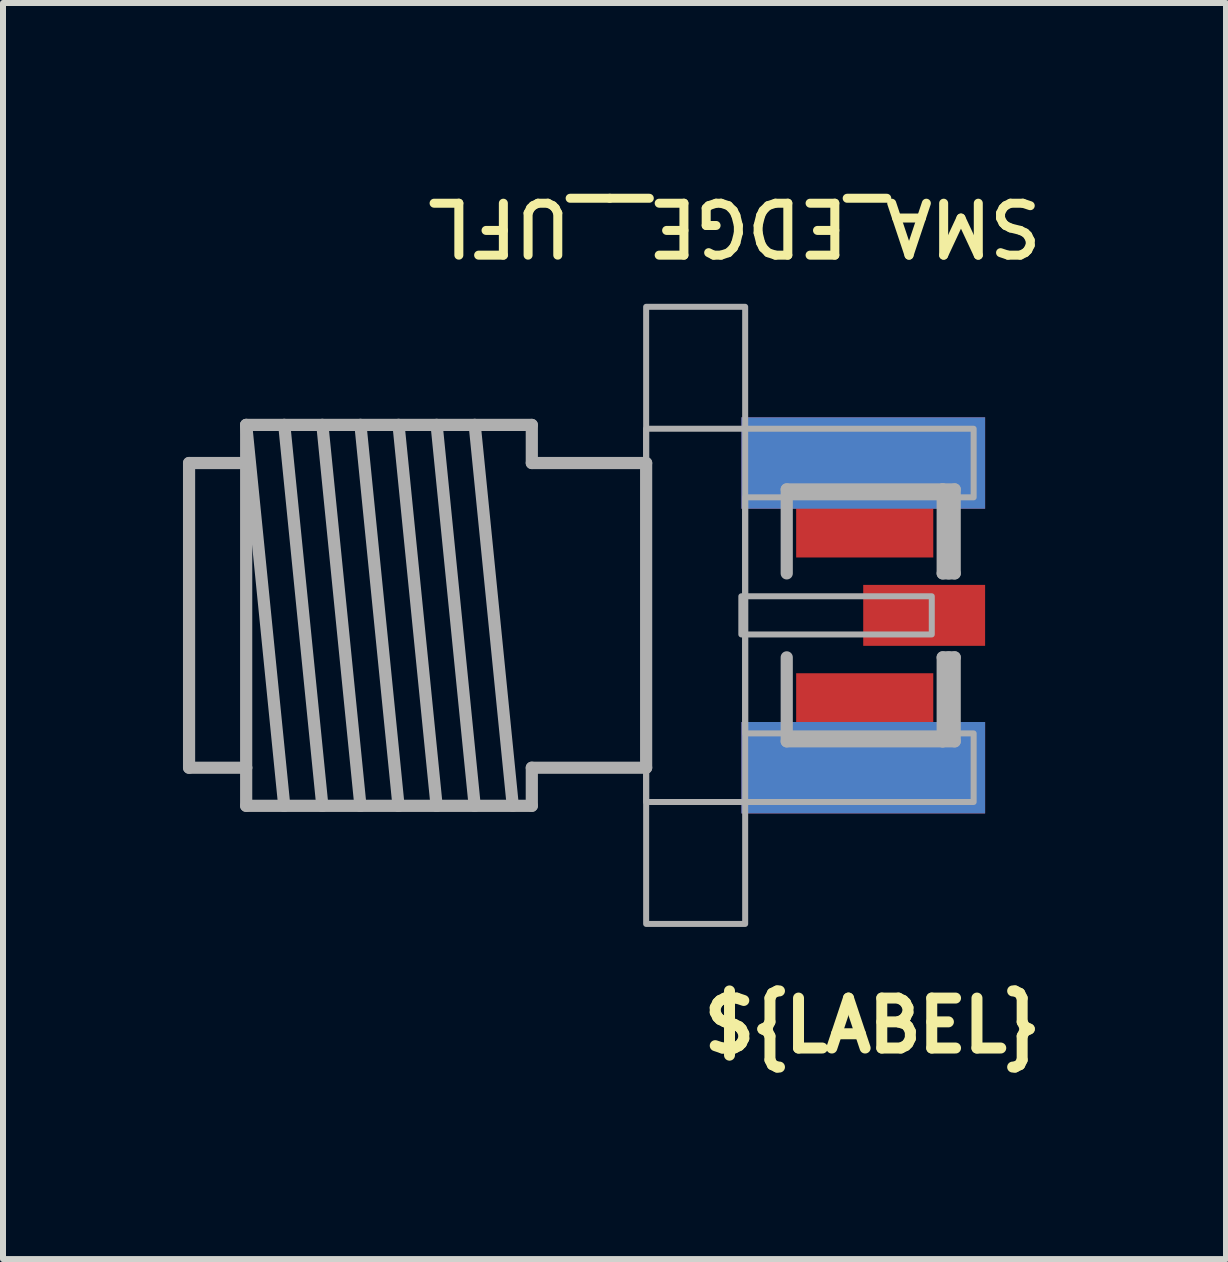
<source format=kicad_pcb>
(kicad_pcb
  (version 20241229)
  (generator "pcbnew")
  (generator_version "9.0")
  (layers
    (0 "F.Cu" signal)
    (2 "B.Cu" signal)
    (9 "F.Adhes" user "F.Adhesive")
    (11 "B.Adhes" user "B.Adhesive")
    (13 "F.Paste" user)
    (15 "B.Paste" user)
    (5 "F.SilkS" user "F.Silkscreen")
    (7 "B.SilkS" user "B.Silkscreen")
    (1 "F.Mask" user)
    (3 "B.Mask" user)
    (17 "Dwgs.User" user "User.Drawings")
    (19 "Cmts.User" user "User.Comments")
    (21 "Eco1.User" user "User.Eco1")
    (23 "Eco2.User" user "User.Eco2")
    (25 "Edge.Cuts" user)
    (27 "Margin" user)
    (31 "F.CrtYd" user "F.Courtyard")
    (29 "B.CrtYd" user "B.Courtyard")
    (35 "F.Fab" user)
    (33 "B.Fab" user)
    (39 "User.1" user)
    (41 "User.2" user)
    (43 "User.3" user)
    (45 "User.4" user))
  (footprint "SMA_EDGE__UFL"
    (layer "F.Cu")
    (at 9.309 7.209)
    (property "Reference" "SMA_EDGE__UFL" (at 5.08 -6.985 180) (unlocked yes) (layer "F.SilkS") (effects (font (size 0.866 0.866) (thickness 0.15)) (justify left bottom)))
    (fp_poly (pts (xy 0.889 -0.938) (xy 3.226 -0.938) (xy 3.226 -1.853) (xy 0.889 -1.853)) (stroke (width 0) (type default)) (fill yes) (layer "F.Mask"))
    (fp_poly (pts (xy 3.226 0.938) (xy 0.889 0.938) (xy 0.889 1.853) (xy 3.226 1.853)) (stroke (width 0) (type default)) (fill yes) (layer "F.Mask"))
    (fp_line (start -9.207 -2.54) (end -8.255 -2.54) (stroke (width 0.203) (type solid)) (layer "F.Fab"))
    (fp_line (start -9.207 2.54) (end -9.207 -2.54) (stroke (width 0.203) (type solid)) (layer "F.Fab"))
    (fp_line (start -8.255 -3.175) (end -7.62 -3.175) (stroke (width 0.203) (type solid)) (layer "F.Fab"))
    (fp_line (start -8.255 -3.175) (end -7.62 3.175) (stroke (width 0.203) (type solid)) (layer "F.Fab"))
    (fp_line (start -8.255 -2.54) (end -8.255 -3.175) (stroke (width 0.203) (type solid)) (layer "F.Fab"))
    (fp_line (start -8.255 -2.54) (end -8.255 2.54) (stroke (width 0.203) (type solid)) (layer "F.Fab"))
    (fp_line (start -8.255 2.54) (end -9.207 2.54) (stroke (width 0.203) (type solid)) (layer "F.Fab"))
    (fp_line (start -8.255 3.175) (end -8.255 2.54) (stroke (width 0.203) (type solid)) (layer "F.Fab"))
    (fp_line (start -7.62 -3.175) (end -6.985 -3.175) (stroke (width 0.203) (type solid)) (layer "F.Fab"))
    (fp_line (start -7.62 -3.175) (end -6.985 3.175) (stroke (width 0.203) (type solid)) (layer "F.Fab"))
    (fp_line (start -7.62 3.175) (end -8.255 3.175) (stroke (width 0.203) (type solid)) (layer "F.Fab"))
    (fp_line (start -6.985 -3.175) (end -6.35 -3.175) (stroke (width 0.203) (type solid)) (layer "F.Fab"))
    (fp_line (start -6.985 -3.175) (end -6.35 3.175) (stroke (width 0.203) (type solid)) (layer "F.Fab"))
    (fp_line (start -6.985 3.175) (end -7.62 3.175) (stroke (width 0.203) (type solid)) (layer "F.Fab"))
    (fp_line (start -6.35 -3.175) (end -5.715 -3.175) (stroke (width 0.203) (type solid)) (layer "F.Fab"))
    (fp_line (start -6.35 -3.175) (end -5.715 3.175) (stroke (width 0.203) (type solid)) (layer "F.Fab"))
    (fp_line (start -6.35 3.175) (end -6.985 3.175) (stroke (width 0.203) (type solid)) (layer "F.Fab"))
    (fp_line (start -5.715 -3.175) (end -5.08 -3.175) (stroke (width 0.203) (type solid)) (layer "F.Fab"))
    (fp_line (start -5.715 -3.175) (end -5.08 3.175) (stroke (width 0.203) (type solid)) (layer "F.Fab"))
    (fp_line (start -5.715 3.175) (end -6.35 3.175) (stroke (width 0.203) (type solid)) (layer "F.Fab"))
    (fp_line (start -5.08 -3.175) (end -4.445 -3.175) (stroke (width 0.203) (type solid)) (layer "F.Fab"))
    (fp_line (start -5.08 -3.175) (end -4.445 3.175) (stroke (width 0.203) (type solid)) (layer "F.Fab"))
    (fp_line (start -5.08 3.175) (end -5.715 3.175) (stroke (width 0.203) (type solid)) (layer "F.Fab"))
    (fp_line (start -4.445 -3.175) (end -3.81 3.175) (stroke (width 0.203) (type solid)) (layer "F.Fab"))
    (fp_line (start -4.445 -3.175) (end -3.493 -3.175) (stroke (width 0.203) (type solid)) (layer "F.Fab"))
    (fp_line (start -4.445 3.175) (end -5.08 3.175) (stroke (width 0.203) (type solid)) (layer "F.Fab"))
    (fp_line (start -3.493 -3.175) (end -3.493 -2.54) (stroke (width 0.203) (type solid)) (layer "F.Fab"))
    (fp_line (start -3.493 -2.54) (end -1.587 -2.54) (stroke (width 0.203) (type solid)) (layer "F.Fab"))
    (fp_line (start -3.493 2.54) (end -3.493 3.175) (stroke (width 0.203) (type solid)) (layer "F.Fab"))
    (fp_line (start -3.493 3.175) (end -4.445 3.175) (stroke (width 0.203) (type solid)) (layer "F.Fab"))
    (fp_line (start -1.587 -2.54) (end -1.587 2.54) (stroke (width 0.203) (type solid)) (layer "F.Fab"))
    (fp_line (start -1.587 2.54) (end -3.493 2.54) (stroke (width 0.203) (type solid)) (layer "F.Fab"))
    (fp_line (start 0.757 -0.7) (end 0.757 -2.1) (stroke (width 0.203) (type solid)) (layer "F.Fab"))
    (fp_line (start 0.757 2.1) (end 0.757 0.7) (stroke (width 0.203) (type solid)) (layer "F.Fab"))
    (fp_line (start 0.757 2.1) (end 3.357 2.1) (stroke (width 0.203) (type solid)) (layer "F.Fab"))
    (fp_line (start 3.357 -2.1) (end 0.757 -2.1) (stroke (width 0.203) (type solid)) (layer "F.Fab"))
    (fp_line (start 3.357 -0.7) (end 3.357 -2.1) (stroke (width 0.203) (type solid)) (layer "F.Fab"))
    (fp_line (start 3.357 2.1) (end 3.357 0.7) (stroke (width 0.203) (type solid)) (layer "F.Fab"))
    (fp_line (start 3.457 -0.7) (end 3.457 -2) (stroke (width 0.203) (type solid)) (layer "F.Fab"))
    (fp_line (start 3.457 2) (end 3.457 0.7) (stroke (width 0.203) (type solid)) (layer "F.Fab"))
    (fp_line (start 3.557 -2.1) (end 3.357 -2.1) (stroke (width 0.203) (type solid)) (layer "F.Fab"))
    (fp_line (start 3.557 -0.7) (end 3.357 -0.7) (stroke (width 0.203) (type solid)) (layer "F.Fab"))
    (fp_line (start 3.557 -0.7) (end 3.557 -2.1) (stroke (width 0.203) (type solid)) (layer "F.Fab"))
    (fp_line (start 3.557 0.7) (end 3.357 0.7) (stroke (width 0.203) (type solid)) (layer "F.Fab"))
    (fp_line (start 3.557 2.1) (end 3.357 2.1) (stroke (width 0.203) (type solid)) (layer "F.Fab"))
    (fp_line (start 3.557 2.1) (end 3.557 0.7) (stroke (width 0.203) (type solid)) (layer "F.Fab"))
    (fp_poly (pts (xy 0 0.318) (xy 3.175 0.318) (xy 3.175 -0.318) (xy 0 -0.318)) (stroke (width 0.1) (type default)) (fill no) (layer "F.Fab"))
    (fp_poly (pts (xy 0.064 5.144) (xy -1.587 5.144) (xy -1.587 -5.144) (xy 0.064 -5.144)) (stroke (width 0.1) (type default)) (fill no) (layer "F.Fab"))
    (fp_poly (pts (xy 3.873 -1.968) (xy 0.064 -1.968) (xy 0.064 1.968) (xy 3.873 1.968) (xy 3.873 3.111) (xy -1.587 3.111) (xy -1.587 -3.111) (xy 3.873 -3.111)) (stroke (width 0.1) (type default)) (fill no) (layer "F.Fab"))
    (fp_text user "${LABEL}" (at 5.08 6.35 0) (unlocked yes) (layer "F.SilkS") (effects (font (size 0.833 0.833) (thickness 0.183)) (justify right top)))
    (pad "1" smd rect (at 3.048 0 90) (size 1.016 2.032) (layers "F.Cu" "F.Mask"))
    (pad "2" smd rect (at 2.032 -2.54 90) (size 1.524 4.064) (layers "F.Cu" "F.Mask"))
    (pad "2" smd rect (at 2.032 -2.54 90) (size 1.524 4.064) (layers "B.Cu" "B.Mask"))
    (pad "2" smd rect (at 2.032 2.54 90) (size 1.524 4.064) (layers "F.Cu" "F.Mask"))
    (pad "2" smd rect (at 2.032 2.54 90) (size 1.524 4.064) (layers "B.Cu" "B.Mask"))
    (pad "2" smd rect (at 2.057 -2.108 90) (size 2.286 2.286) (layers "F.Cu" "F.Mask"))
    (pad "2" smd rect (at 2.057 2.108 90) (size 2.286 2.286) (layers "F.Cu" "F.Mask"))
    (zone (net_name "") (layer "F.Cu") (hatch edge 0.5) (connect_pads) (min_thickness 0.25) (filled_areas_thickness no) (keepout (tracks not_allowed) (vias not_allowed) (pads not_allowed) (copperpour not_allowed) (footprints allowed)) (placement (enabled no)) (fill) (polygon (pts (xy 10.223 6.574) (xy 12.509 6.574) (xy 12.509 6.345) (xy 10.223 6.345))))
    (zone (net_name "") (layer "F.Cu") (hatch edge 0.5) (connect_pads) (min_thickness 0.25) (filled_areas_thickness no) (keepout (tracks not_allowed) (vias not_allowed) (pads not_allowed) (copperpour not_allowed) (footprints allowed)) (placement (enabled no)) (fill) (polygon (pts (xy 10.223 8.072) (xy 12.509 8.072) (xy 12.509 7.844) (xy 10.223 7.844)))))
  (gr_rect
    (start -3 -3)
    (end 17.389 17.94)
    (stroke (width 0.1) (type default))
    (fill no)
    (layer "Edge.Cuts")))
</source>
